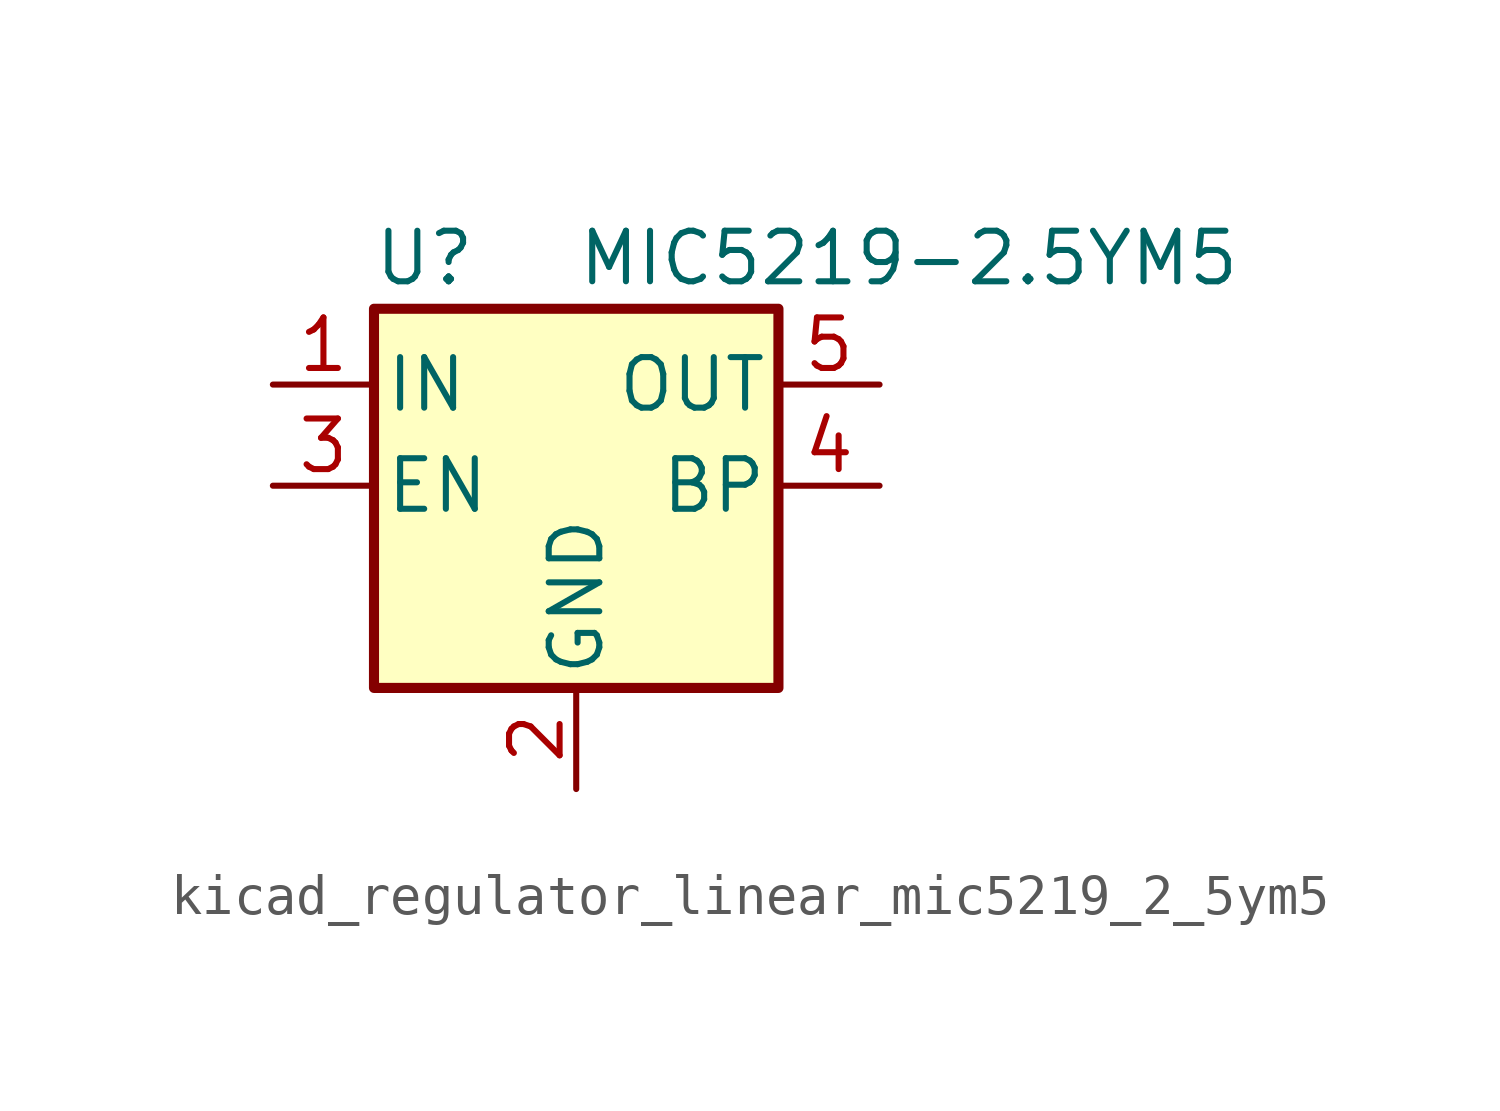
<source format=kicad_sym>
(kicad_symbol_lib
  (version 20220914)
  (generator kicad_symbol_editor)
  (symbol "kicad_regulator_linear_mic5219_2_5ym5"
    (pin_names
      (offset 0.254))
    (property "Reference" "U"
      (at -3.81 5.715 0)
      (effects (font (size 1.27 1.27))))
    (property "Value" "MIC5219-2.5YM5"
      (at 0 5.715 0)
      (effects (font (size 1.27 1.27)) (justify left)))
    (symbol "kicad_regulator_linear_mic5219_2_5ym5_0_1"
      (rectangle (start -5.08 4.445) (end 5.08 -5.08) (stroke (width 0.254) (type default)) (fill (type background))))
    (symbol "kicad_regulator_linear_mic5219_2_5ym5_1_1"
      (pin power_in line (at -7.62 2.54 0) (length 2.54) (name "IN" (effects (font (size 1.27 1.27)))) (number "1" (effects (font (size 1.27 1.27)))))
      (pin power_in line (at 0 -7.62 90) (length 2.54) (name "GND" (effects (font (size 1.27 1.27)))) (number "2" (effects (font (size 1.27 1.27)))))
      (pin input line (at -7.62 0 0) (length 2.54) (name "EN" (effects (font (size 1.27 1.27)))) (number "3" (effects (font (size 1.27 1.27)))))
      (pin input line (at 7.62 0 180) (length 2.54) (name "BP" (effects (font (size 1.27 1.27)))) (number "4" (effects (font (size 1.27 1.27)))))
      (pin power_out line (at 7.62 2.54 180) (length 2.54) (name "OUT" (effects (font (size 1.27 1.27)))) (number "5" (effects (font (size 1.27 1.27))))))))
</source>
